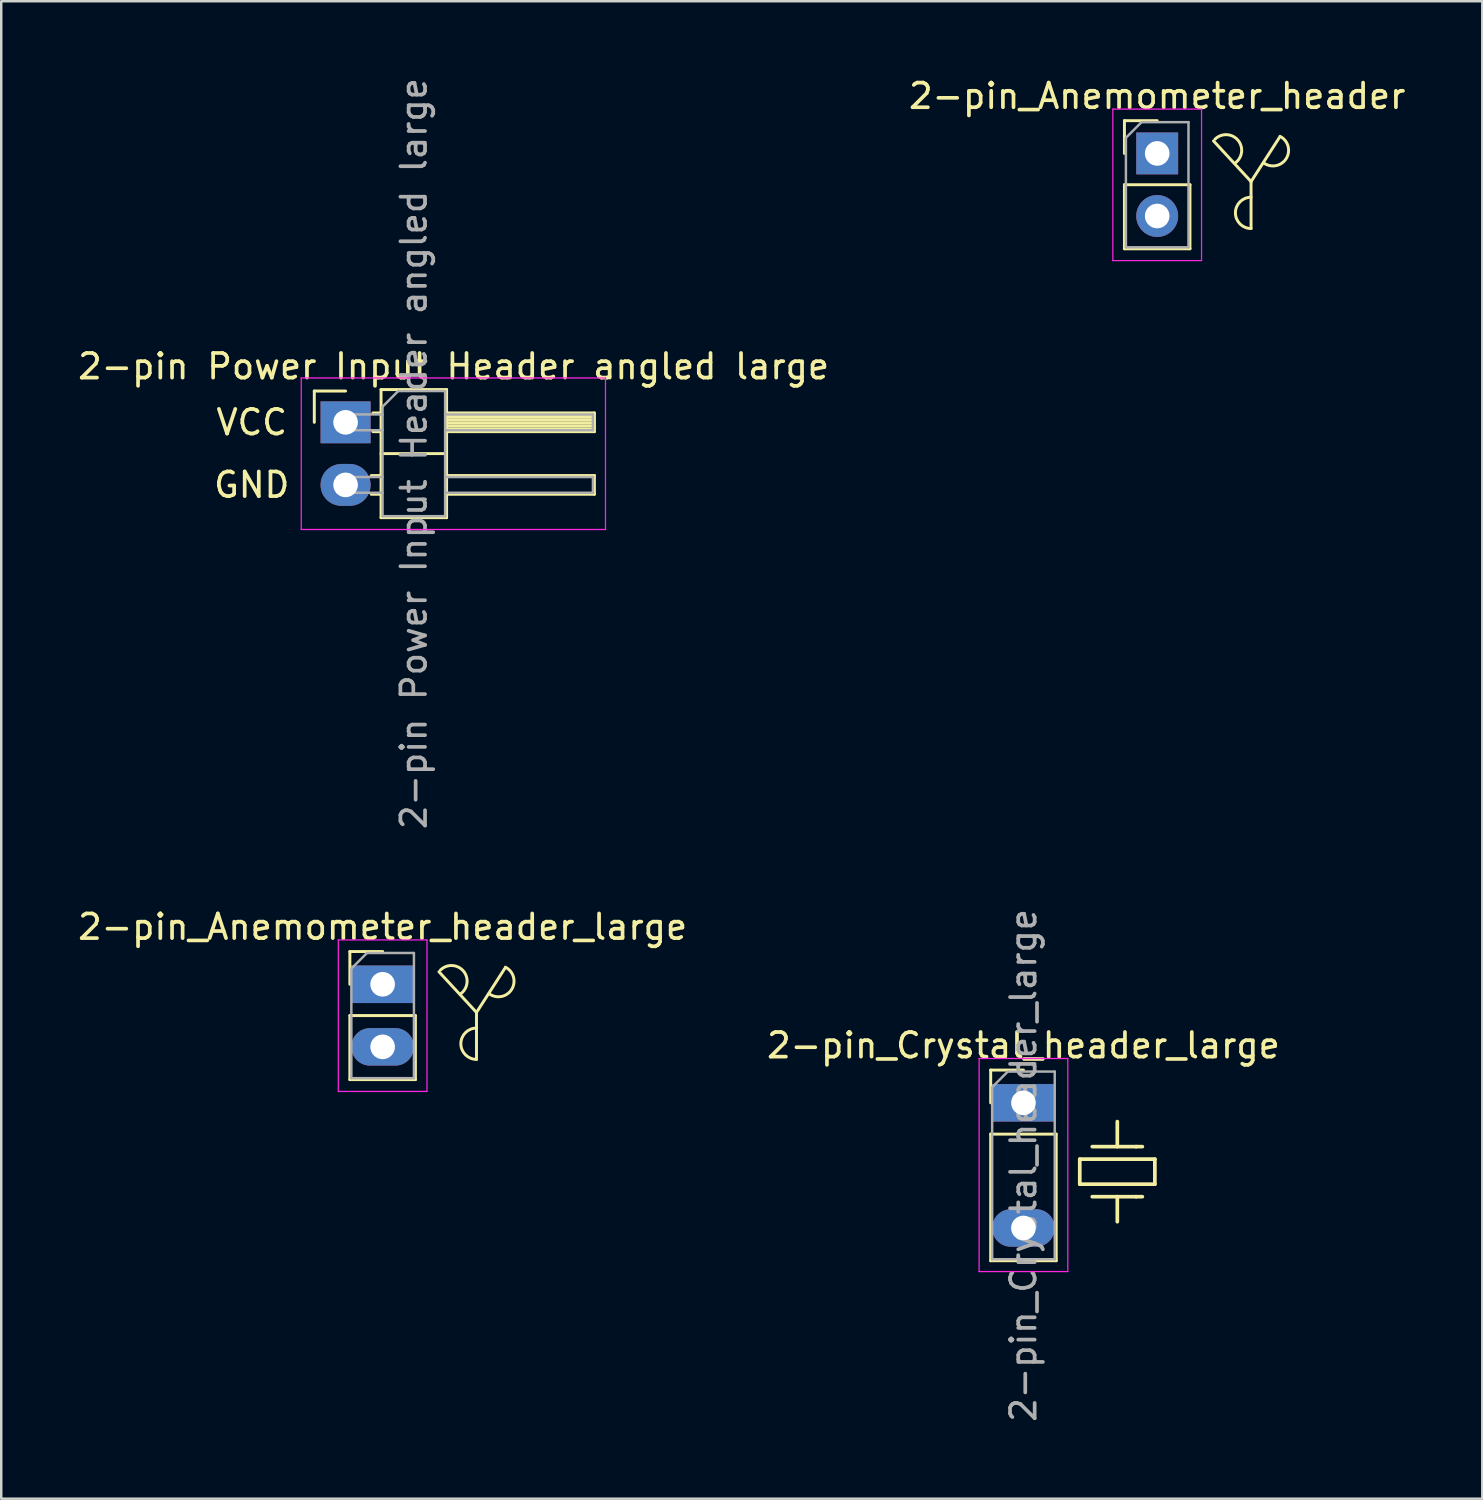
<source format=kicad_pcb>
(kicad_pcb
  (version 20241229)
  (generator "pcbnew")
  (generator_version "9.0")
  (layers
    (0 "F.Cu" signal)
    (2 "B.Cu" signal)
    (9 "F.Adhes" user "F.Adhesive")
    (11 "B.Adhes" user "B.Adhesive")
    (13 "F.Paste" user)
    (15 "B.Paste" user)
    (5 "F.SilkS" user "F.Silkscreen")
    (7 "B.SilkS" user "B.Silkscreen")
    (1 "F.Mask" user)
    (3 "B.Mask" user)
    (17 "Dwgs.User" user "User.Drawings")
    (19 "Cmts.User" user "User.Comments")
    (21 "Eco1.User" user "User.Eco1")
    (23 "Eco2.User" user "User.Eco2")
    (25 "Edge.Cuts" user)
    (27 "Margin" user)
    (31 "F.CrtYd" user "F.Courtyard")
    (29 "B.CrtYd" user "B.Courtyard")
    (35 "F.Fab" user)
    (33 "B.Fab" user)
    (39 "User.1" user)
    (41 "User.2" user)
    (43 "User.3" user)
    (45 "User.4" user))
  (footprint "2-pin_Anemometer_header"
    (layer "F.Cu")
    (at 43.923 3.178)
    (property "Reference" "2-pin_Anemometer_header" (at 0 -2.33 0) (layer "F.SilkS") (effects (font (size 1 1) (thickness 0.15))))
    (attr through_hole)
    (fp_line (start -1.33 -1.33) (end 0 -1.33) (stroke (width 0.12) (type solid)) (layer "F.SilkS"))
    (fp_line (start -1.33 0) (end -1.33 -1.33) (stroke (width 0.12) (type solid)) (layer "F.SilkS"))
    (fp_line (start -1.33 1.27) (end -1.33 3.87) (stroke (width 0.12) (type solid)) (layer "F.SilkS"))
    (fp_line (start -1.33 1.27) (end 1.33 1.27) (stroke (width 0.12) (type solid)) (layer "F.SilkS"))
    (fp_line (start -1.33 3.87) (end 1.33 3.87) (stroke (width 0.12) (type solid)) (layer "F.SilkS"))
    (fp_line (start 1.33 1.27) (end 1.33 3.87) (stroke (width 0.12) (type solid)) (layer "F.SilkS"))
    (fp_line (start 3.81 1.143) (end 2.286 -0.508) (stroke (width 0.12) (type solid)) (layer "F.SilkS"))
    (fp_line (start 3.81 1.143) (end 3.81 3.048) (stroke (width 0.12) (type solid)) (layer "F.SilkS"))
    (fp_line (start 3.81 1.143) (end 4.953 -0.635) (stroke (width 0.12) (type solid)) (layer "F.SilkS"))
    (fp_arc (start 2.344987 -0.576012) (mid 3.273713 -0.543053) (end 3.175 0.380999) (stroke (width 0.12) (type solid)) (layer "F.SilkS"))
    (fp_arc (start 3.81 3.048) (mid 3.175 2.413) (end 3.81 1.778) (stroke (width 0.12) (type solid)) (layer "F.SilkS"))
    (fp_arc (start 4.98298 -0.694961) (mid 5.239163 0.206838) (end 4.318001 0.381) (stroke (width 0.12) (type solid)) (layer "F.SilkS"))
    (fp_line (start -1.8 -1.8) (end -1.8 4.35) (stroke (width 0.05) (type solid)) (layer "F.CrtYd"))
    (fp_line (start -1.8 4.35) (end 1.8 4.35) (stroke (width 0.05) (type solid)) (layer "F.CrtYd"))
    (fp_line (start 1.8 -1.8) (end -1.8 -1.8) (stroke (width 0.05) (type solid)) (layer "F.CrtYd"))
    (fp_line (start 1.8 4.35) (end 1.8 -1.8) (stroke (width 0.05) (type solid)) (layer "F.CrtYd"))
    (fp_line (start -1.27 -0.635) (end -0.635 -1.27) (stroke (width 0.1) (type solid)) (layer "F.Fab"))
    (fp_line (start -1.27 3.81) (end -1.27 -0.635) (stroke (width 0.1) (type solid)) (layer "F.Fab"))
    (fp_line (start -0.635 -1.27) (end 1.27 -1.27) (stroke (width 0.1) (type solid)) (layer "F.Fab"))
    (fp_line (start 1.27 -1.27) (end 1.27 3.81) (stroke (width 0.1) (type solid)) (layer "F.Fab"))
    (fp_line (start 1.27 3.81) (end -1.27 3.81) (stroke (width 0.1) (type solid)) (layer "F.Fab"))
    (pad "1" thru_hole rect (at 0 0) (size 1.7 1.7) (drill 1) (layers "*.Cu" "*.Mask"))
    (pad "2" thru_hole oval (at 0 2.54) (size 1.7 1.7) (drill 1) (layers "*.Cu" "*.Mask")))
  (footprint "2-pin Power Input Header angled large"
    (layer "F.Cu")
    (at 10.978 14.093)
    (property "Reference" "2-pin Power Input Header angled large" (at 4.385 -2.27 0) (layer "F.SilkS") (effects (font (size 1 1) (thickness 0.15))))
    (attr through_hole)
    (fp_line (start -1.27 -1.27) (end 0 -1.27) (stroke (width 0.12) (type solid)) (layer "F.SilkS"))
    (fp_line (start -1.27 0) (end -1.27 -1.27) (stroke (width 0.12) (type solid)) (layer "F.SilkS"))
    (fp_line (start 1.043 2.16) (end 1.44 2.16) (stroke (width 0.12) (type solid)) (layer "F.SilkS"))
    (fp_line (start 1.043 2.92) (end 1.44 2.92) (stroke (width 0.12) (type solid)) (layer "F.SilkS"))
    (fp_line (start 1.11 -0.38) (end 1.44 -0.38) (stroke (width 0.12) (type solid)) (layer "F.SilkS"))
    (fp_line (start 1.11 0.38) (end 1.44 0.38) (stroke (width 0.12) (type solid)) (layer "F.SilkS"))
    (fp_line (start 1.44 -1.33) (end 1.44 3.87) (stroke (width 0.12) (type solid)) (layer "F.SilkS"))
    (fp_line (start 1.44 1.27) (end 4.1 1.27) (stroke (width 0.12) (type solid)) (layer "F.SilkS"))
    (fp_line (start 1.44 3.87) (end 4.1 3.87) (stroke (width 0.12) (type solid)) (layer "F.SilkS"))
    (fp_line (start 4.1 -1.33) (end 1.44 -1.33) (stroke (width 0.12) (type solid)) (layer "F.SilkS"))
    (fp_line (start 4.1 -0.38) (end 10.1 -0.38) (stroke (width 0.12) (type solid)) (layer "F.SilkS"))
    (fp_line (start 4.1 -0.32) (end 10.1 -0.32) (stroke (width 0.12) (type solid)) (layer "F.SilkS"))
    (fp_line (start 4.1 -0.2) (end 10.1 -0.2) (stroke (width 0.12) (type solid)) (layer "F.SilkS"))
    (fp_line (start 4.1 -0.08) (end 10.1 -0.08) (stroke (width 0.12) (type solid)) (layer "F.SilkS"))
    (fp_line (start 4.1 0.04) (end 10.1 0.04) (stroke (width 0.12) (type solid)) (layer "F.SilkS"))
    (fp_line (start 4.1 0.16) (end 10.1 0.16) (stroke (width 0.12) (type solid)) (layer "F.SilkS"))
    (fp_line (start 4.1 0.28) (end 10.1 0.28) (stroke (width 0.12) (type solid)) (layer "F.SilkS"))
    (fp_line (start 4.1 2.16) (end 10.1 2.16) (stroke (width 0.12) (type solid)) (layer "F.SilkS"))
    (fp_line (start 4.1 3.87) (end 4.1 -1.33) (stroke (width 0.12) (type solid)) (layer "F.SilkS"))
    (fp_line (start 10.1 -0.38) (end 10.1 0.38) (stroke (width 0.12) (type solid)) (layer "F.SilkS"))
    (fp_line (start 10.1 0.38) (end 4.1 0.38) (stroke (width 0.12) (type solid)) (layer "F.SilkS"))
    (fp_line (start 10.1 2.16) (end 10.1 2.92) (stroke (width 0.12) (type solid)) (layer "F.SilkS"))
    (fp_line (start 10.1 2.92) (end 4.1 2.92) (stroke (width 0.12) (type solid)) (layer "F.SilkS"))
    (fp_line (start -1.8 -1.8) (end -1.8 4.35) (stroke (width 0.05) (type solid)) (layer "F.CrtYd"))
    (fp_line (start -1.8 4.35) (end 10.55 4.35) (stroke (width 0.05) (type solid)) (layer "F.CrtYd"))
    (fp_line (start 10.55 -1.8) (end -1.8 -1.8) (stroke (width 0.05) (type solid)) (layer "F.CrtYd"))
    (fp_line (start 10.55 4.35) (end 10.55 -1.8) (stroke (width 0.05) (type solid)) (layer "F.CrtYd"))
    (fp_line (start -0.32 -0.32) (end -0.32 0.32) (stroke (width 0.1) (type solid)) (layer "F.Fab"))
    (fp_line (start -0.32 -0.32) (end 1.5 -0.32) (stroke (width 0.1) (type solid)) (layer "F.Fab"))
    (fp_line (start -0.32 0.32) (end 1.5 0.32) (stroke (width 0.1) (type solid)) (layer "F.Fab"))
    (fp_line (start -0.32 2.22) (end -0.32 2.86) (stroke (width 0.1) (type solid)) (layer "F.Fab"))
    (fp_line (start -0.32 2.22) (end 1.5 2.22) (stroke (width 0.1) (type solid)) (layer "F.Fab"))
    (fp_line (start -0.32 2.86) (end 1.5 2.86) (stroke (width 0.1) (type solid)) (layer "F.Fab"))
    (fp_line (start 1.5 -0.635) (end 2.135 -1.27) (stroke (width 0.1) (type solid)) (layer "F.Fab"))
    (fp_line (start 1.5 3.81) (end 1.5 -0.635) (stroke (width 0.1) (type solid)) (layer "F.Fab"))
    (fp_line (start 2.135 -1.27) (end 4.04 -1.27) (stroke (width 0.1) (type solid)) (layer "F.Fab"))
    (fp_line (start 4.04 -1.27) (end 4.04 3.81) (stroke (width 0.1) (type solid)) (layer "F.Fab"))
    (fp_line (start 4.04 -0.32) (end 10.04 -0.32) (stroke (width 0.1) (type solid)) (layer "F.Fab"))
    (fp_line (start 4.04 0.32) (end 10.04 0.32) (stroke (width 0.1) (type solid)) (layer "F.Fab"))
    (fp_line (start 4.04 2.22) (end 10.04 2.22) (stroke (width 0.1) (type solid)) (layer "F.Fab"))
    (fp_line (start 4.04 2.86) (end 10.04 2.86) (stroke (width 0.1) (type solid)) (layer "F.Fab"))
    (fp_line (start 4.04 3.81) (end 1.5 3.81) (stroke (width 0.1) (type solid)) (layer "F.Fab"))
    (fp_line (start 10.04 -0.32) (end 10.04 0.32) (stroke (width 0.1) (type solid)) (layer "F.Fab"))
    (fp_line (start 10.04 2.22) (end 10.04 2.86) (stroke (width 0.1) (type solid)) (layer "F.Fab"))
    (fp_text user "GND" (at -3.81 2.54 0) (unlocked yes) (layer "F.SilkS") (effects (font (size 1 1) (thickness 0.15))))
    (fp_text user "VCC" (at -3.81 0 0) (unlocked yes) (layer "F.SilkS") (effects (font (size 1 1) (thickness 0.15))))
    (fp_text user "${REFERENCE}" (at 2.77 1.27 90) (layer "F.Fab") (effects (font (size 1 1) (thickness 0.15))))
    (pad "1" thru_hole rect (at 0 0) (size 2.032 1.7) (drill 1) (layers "*.Cu" "*.Mask"))
    (pad "2" thru_hole oval (at 0 2.54) (size 2.032 1.7) (drill 1) (layers "*.Cu" "*.Mask")))
  (footprint "2-pin_Anemometer_header_large"
    (layer "F.Cu")
    (at 12.482 36.904)
    (property "Reference" "2-pin_Anemometer_header_large" (at 0 -2.33 0) (layer "F.SilkS") (effects (font (size 1 1) (thickness 0.15))))
    (attr through_hole)
    (fp_line (start -1.33 -1.33) (end 0 -1.33) (stroke (width 0.12) (type solid)) (layer "F.SilkS"))
    (fp_line (start -1.33 0) (end -1.33 -1.33) (stroke (width 0.12) (type solid)) (layer "F.SilkS"))
    (fp_line (start -1.33 1.27) (end -1.33 3.87) (stroke (width 0.12) (type solid)) (layer "F.SilkS"))
    (fp_line (start -1.33 1.27) (end 1.33 1.27) (stroke (width 0.12) (type solid)) (layer "F.SilkS"))
    (fp_line (start -1.33 3.87) (end 1.33 3.87) (stroke (width 0.12) (type solid)) (layer "F.SilkS"))
    (fp_line (start 1.33 1.27) (end 1.33 3.87) (stroke (width 0.12) (type solid)) (layer "F.SilkS"))
    (fp_line (start 3.81 1.143) (end 2.286 -0.508) (stroke (width 0.12) (type solid)) (layer "F.SilkS"))
    (fp_line (start 3.81 1.143) (end 3.81 3.048) (stroke (width 0.12) (type solid)) (layer "F.SilkS"))
    (fp_line (start 3.81 1.143) (end 4.953 -0.635) (stroke (width 0.12) (type solid)) (layer "F.SilkS"))
    (fp_arc (start 2.344987 -0.576012) (mid 3.273713 -0.543053) (end 3.175 0.380999) (stroke (width 0.12) (type solid)) (layer "F.SilkS"))
    (fp_arc (start 3.81 3.048) (mid 3.175 2.413) (end 3.81 1.778) (stroke (width 0.12) (type solid)) (layer "F.SilkS"))
    (fp_arc (start 4.98298 -0.694961) (mid 5.239163 0.206838) (end 4.318001 0.381) (stroke (width 0.12) (type solid)) (layer "F.SilkS"))
    (fp_line (start -1.8 -1.8) (end -1.8 4.35) (stroke (width 0.05) (type solid)) (layer "F.CrtYd"))
    (fp_line (start -1.8 4.35) (end 1.8 4.35) (stroke (width 0.05) (type solid)) (layer "F.CrtYd"))
    (fp_line (start 1.8 -1.8) (end -1.8 -1.8) (stroke (width 0.05) (type solid)) (layer "F.CrtYd"))
    (fp_line (start 1.8 4.35) (end 1.8 -1.8) (stroke (width 0.05) (type solid)) (layer "F.CrtYd"))
    (fp_line (start -1.27 -0.635) (end -0.635 -1.27) (stroke (width 0.1) (type solid)) (layer "F.Fab"))
    (fp_line (start -1.27 3.81) (end -1.27 -0.635) (stroke (width 0.1) (type solid)) (layer "F.Fab"))
    (fp_line (start -0.635 -1.27) (end 1.27 -1.27) (stroke (width 0.1) (type solid)) (layer "F.Fab"))
    (fp_line (start 1.27 -1.27) (end 1.27 3.81) (stroke (width 0.1) (type solid)) (layer "F.Fab"))
    (fp_line (start 1.27 3.81) (end -1.27 3.81) (stroke (width 0.1) (type solid)) (layer "F.Fab"))
    (pad "1" thru_hole rect (at 0 0) (size 2.54 1.524) (drill 1) (layers "*.Cu" "*.Mask"))
    (pad "2" thru_hole oval (at 0 2.54) (size 2.54 1.524) (drill 1) (layers "*.Cu" "*.Mask")))
  (footprint "2-pin_Crystal_header_large"
    (layer "F.Cu")
    (at 38.494 41.716)
    (property "Reference" "2-pin_Crystal_header_large" (at 0 -2.33 0) (layer "F.SilkS") (effects (font (size 1 1) (thickness 0.15))))
    (attr through_hole)
    (fp_line (start -1.33 -1.33) (end 0 -1.33) (stroke (width 0.12) (type solid)) (layer "F.SilkS"))
    (fp_line (start -1.33 0) (end -1.33 -1.33) (stroke (width 0.12) (type solid)) (layer "F.SilkS"))
    (fp_line (start -1.33 1.27) (end -1.33 6.41) (stroke (width 0.12) (type solid)) (layer "F.SilkS"))
    (fp_line (start -1.33 1.27) (end 1.33 1.27) (stroke (width 0.12) (type solid)) (layer "F.SilkS"))
    (fp_line (start -1.33 6.41) (end 1.33 6.41) (stroke (width 0.12) (type solid)) (layer "F.SilkS"))
    (fp_line (start 1.33 1.27) (end 1.33 6.41) (stroke (width 0.12) (type solid)) (layer "F.SilkS"))
    (fp_line (start 2.286 2.286) (end 5.334 2.286) (stroke (width 0.15) (type solid)) (layer "F.SilkS"))
    (fp_line (start 2.286 3.302) (end 2.286 2.286) (stroke (width 0.15) (type solid)) (layer "F.SilkS"))
    (fp_line (start 2.794 1.778) (end 4.572 1.778) (stroke (width 0.15) (type solid)) (layer "F.SilkS"))
    (fp_line (start 2.794 3.81) (end 4.572 3.81) (stroke (width 0.15) (type solid)) (layer "F.SilkS"))
    (fp_line (start 3.81 1.778) (end 3.81 0.762) (stroke (width 0.15) (type solid)) (layer "F.SilkS"))
    (fp_line (start 3.81 3.81) (end 3.81 4.826) (stroke (width 0.15) (type solid)) (layer "F.SilkS"))
    (fp_line (start 4.572 1.778) (end 4.826 1.778) (stroke (width 0.15) (type solid)) (layer "F.SilkS"))
    (fp_line (start 4.572 3.81) (end 4.826 3.81) (stroke (width 0.15) (type solid)) (layer "F.SilkS"))
    (fp_line (start 5.334 2.286) (end 5.334 3.302) (stroke (width 0.15) (type solid)) (layer "F.SilkS"))
    (fp_line (start 5.334 3.302) (end 2.286 3.302) (stroke (width 0.15) (type solid)) (layer "F.SilkS"))
    (fp_line (start -1.8 -1.8) (end -1.8 6.85) (stroke (width 0.05) (type solid)) (layer "F.CrtYd"))
    (fp_line (start -1.8 6.85) (end 1.8 6.85) (stroke (width 0.05) (type solid)) (layer "F.CrtYd"))
    (fp_line (start 1.8 -1.8) (end -1.8 -1.8) (stroke (width 0.05) (type solid)) (layer "F.CrtYd"))
    (fp_line (start 1.8 6.85) (end 1.8 -1.8) (stroke (width 0.05) (type solid)) (layer "F.CrtYd"))
    (fp_line (start -1.27 -0.635) (end -0.635 -1.27) (stroke (width 0.1) (type solid)) (layer "F.Fab"))
    (fp_line (start -1.27 6.35) (end -1.27 -0.635) (stroke (width 0.1) (type solid)) (layer "F.Fab"))
    (fp_line (start -0.635 -1.27) (end 1.27 -1.27) (stroke (width 0.1) (type solid)) (layer "F.Fab"))
    (fp_line (start 1.27 -1.27) (end 1.27 6.35) (stroke (width 0.1) (type solid)) (layer "F.Fab"))
    (fp_line (start 1.27 6.35) (end -1.27 6.35) (stroke (width 0.1) (type solid)) (layer "F.Fab"))
    (fp_text user "${REFERENCE}" (at 0 2.54 90) (layer "F.Fab") (effects (font (size 1 1) (thickness 0.15))))
    (pad "1" thru_hole rect (at 0 0) (size 2.54 1.524) (drill 1) (layers "*.Cu" "*.Mask"))
    (pad "2" thru_hole oval (at 0 5.08) (size 2.54 1.524) (drill 1) (layers "*.Cu" "*.Mask")))
  (gr_rect
    (start -3 -3)
    (end 57.119 57.786)
    (stroke (width 0.1) (type default))
    (fill no)
    (layer "Edge.Cuts")))
</source>
